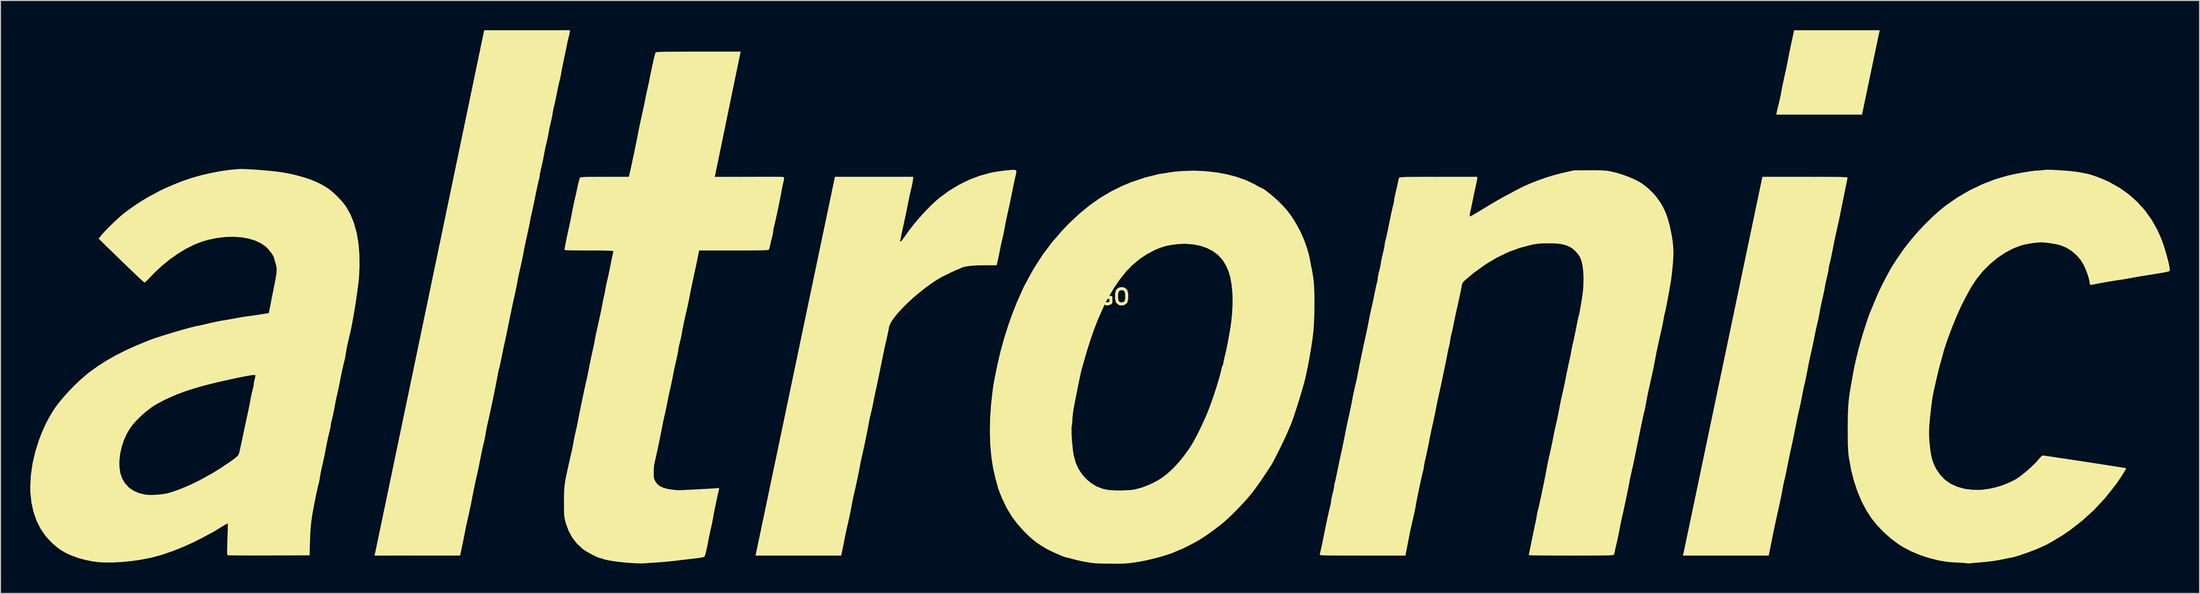
<source format=kicad_pcb>
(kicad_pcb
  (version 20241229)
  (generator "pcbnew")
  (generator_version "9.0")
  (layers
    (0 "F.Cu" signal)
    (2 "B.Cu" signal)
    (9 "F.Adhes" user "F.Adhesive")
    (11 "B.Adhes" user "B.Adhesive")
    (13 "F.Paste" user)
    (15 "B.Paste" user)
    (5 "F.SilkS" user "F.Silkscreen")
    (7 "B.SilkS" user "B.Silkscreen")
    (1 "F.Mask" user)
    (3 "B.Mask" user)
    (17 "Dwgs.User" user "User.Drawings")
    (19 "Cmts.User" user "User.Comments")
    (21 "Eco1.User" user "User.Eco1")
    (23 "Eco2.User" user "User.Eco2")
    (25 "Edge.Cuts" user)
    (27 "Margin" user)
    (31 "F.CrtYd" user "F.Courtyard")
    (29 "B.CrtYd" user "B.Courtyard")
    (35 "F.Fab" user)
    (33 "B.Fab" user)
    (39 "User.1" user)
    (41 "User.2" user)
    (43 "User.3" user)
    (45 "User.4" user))
  (footprint "LOGO"
    (layer "F.Cu")
    (at 107.891 26.929)
    (property "Reference" "LOGO" (at 0 0 0) (layer "F.SilkS") (effects (font (size 1.524 1.524) (thickness 0.3))))
    (attr through_hole)
    (fp_poly (pts (xy 78.591 -26.781) (xy 78.572 -26.695) (xy 78.529 -26.496) (xy 78.466 -26.194) (xy 78.383 -25.801) (xy 78.283 -25.327) (xy 78.169 -24.783) (xy 78.043 -24.181) (xy 77.907 -23.53) (xy 77.764 -22.843) (xy 77.728 -22.669) (xy 77.583 -21.975) (xy 77.445 -21.314) (xy 77.316 -20.699) (xy 77.199 -20.14) (xy 77.096 -19.648) (xy 77.009 -19.233) (xy 76.941 -18.908) (xy 76.893 -18.683) (xy 76.869 -18.568) (xy 76.866 -18.558) (xy 76.833 -18.415) (xy 68.202 -18.415) (xy 68.238 -18.621) (xy 68.276 -18.809) (xy 68.332 -19.044) (xy 68.358 -19.145) (xy 68.463 -19.562) (xy 68.56 -19.98) (xy 68.642 -20.362) (xy 68.699 -20.67) (xy 68.709 -20.733) (xy 68.737 -20.896) (xy 68.788 -21.156) (xy 68.857 -21.489) (xy 68.938 -21.868) (xy 69.023 -22.257) (xy 69.114 -22.667) (xy 69.2 -23.067) (xy 69.276 -23.429) (xy 69.336 -23.723) (xy 69.371 -23.908) (xy 69.443 -24.29) (xy 69.537 -24.763) (xy 69.647 -25.292) (xy 69.766 -25.846) (xy 69.867 -26.305) (xy 70.005 -26.924) (xy 78.627 -26.924) (xy 78.591 -26.781)) (stroke (width 0.01) (type solid)) (fill yes) (layer "F.SilkS"))
    (fp_poly (pts (xy 71.96 -12.128) (xy 72.712 -12.127) (xy 73.352 -12.124) (xy 73.888 -12.121) (xy 74.328 -12.115) (xy 74.679 -12.109) (xy 74.949 -12.101) (xy 75.146 -12.091) (xy 75.278 -12.079) (xy 75.351 -12.064) (xy 75.374 -12.048) (xy 75.374 -12.048) (xy 75.362 -11.965) (xy 75.327 -11.777) (xy 75.273 -11.499) (xy 75.203 -11.151) (xy 75.122 -10.75) (xy 75.052 -10.413) (xy 74.957 -9.951) (xy 74.865 -9.501) (xy 74.78 -9.086) (xy 74.709 -8.731) (xy 74.656 -8.461) (xy 74.635 -8.35) (xy 74.584 -8.096) (xy 74.513 -7.758) (xy 74.43 -7.378) (xy 74.343 -6.996) (xy 74.326 -6.921) (xy 74.239 -6.535) (xy 74.139 -6.07) (xy 74.035 -5.571) (xy 73.937 -5.084) (xy 73.887 -4.823) (xy 73.809 -4.428) (xy 73.732 -4.053) (xy 73.662 -3.726) (xy 73.604 -3.473) (xy 73.566 -3.331) (xy 73.51 -3.112) (xy 73.475 -2.915) (xy 73.47 -2.846) (xy 73.455 -2.714) (xy 73.414 -2.493) (xy 73.355 -2.22) (xy 73.307 -2.02) (xy 73.23 -1.698) (xy 73.16 -1.374) (xy 73.106 -1.097) (xy 73.087 -0.984) (xy 73.05 -0.773) (xy 72.99 -0.477) (xy 72.917 -0.136) (xy 72.837 0.213) (xy 72.835 0.222) (xy 72.751 0.592) (xy 72.669 0.978) (xy 72.599 1.331) (xy 72.554 1.59) (xy 72.493 1.928) (xy 72.416 2.3) (xy 72.34 2.628) (xy 72.337 2.638) (xy 72.275 2.897) (xy 72.2 3.238) (xy 72.12 3.619) (xy 72.045 3.998) (xy 72.039 4.032) (xy 71.962 4.421) (xy 71.877 4.83) (xy 71.794 5.21) (xy 71.722 5.515) (xy 71.72 5.524) (xy 71.658 5.789) (xy 71.581 6.144) (xy 71.496 6.555) (xy 71.41 6.989) (xy 71.345 7.327) (xy 71.267 7.733) (xy 71.188 8.124) (xy 71.116 8.472) (xy 71.055 8.749) (xy 71.015 8.914) (xy 70.949 9.186) (xy 70.881 9.509) (xy 70.832 9.779) (xy 70.791 10.008) (xy 70.727 10.327) (xy 70.65 10.701) (xy 70.565 11.096) (xy 70.518 11.303) (xy 70.438 11.662) (xy 70.365 11.988) (xy 70.306 12.256) (xy 70.266 12.442) (xy 70.252 12.509) (xy 70.103 13.271) (xy 69.974 13.918) (xy 69.862 14.46) (xy 69.766 14.909) (xy 69.692 15.24) (xy 69.623 15.549) (xy 69.54 15.94) (xy 69.452 16.368) (xy 69.367 16.791) (xy 69.342 16.923) (xy 69.265 17.312) (xy 69.185 17.699) (xy 69.109 18.049) (xy 69.047 18.326) (xy 69.025 18.415) (xy 68.963 18.683) (xy 68.891 19.026) (xy 68.82 19.391) (xy 68.778 19.622) (xy 68.715 19.965) (xy 68.631 20.382) (xy 68.538 20.825) (xy 68.446 21.244) (xy 68.432 21.304) (xy 68.324 21.779) (xy 68.2 22.345) (xy 68.066 22.971) (xy 67.929 23.623) (xy 67.796 24.27) (xy 67.673 24.878) (xy 67.651 24.987) (xy 67.595 25.274) (xy 67.536 25.567) (xy 67.496 25.765) (xy 67.428 26.099) (xy 58.787 26.099) (xy 58.823 25.956) (xy 58.839 25.883) (xy 58.88 25.69) (xy 58.944 25.383) (xy 59.032 24.966) (xy 59.142 24.444) (xy 59.272 23.822) (xy 59.423 23.104) (xy 59.592 22.296) (xy 59.779 21.403) (xy 59.984 20.428) (xy 60.204 19.378) (xy 60.439 18.256) (xy 60.687 17.068) (xy 60.949 15.819) (xy 61.223 14.512) (xy 61.507 13.154) (xy 61.801 11.749) (xy 62.104 10.302) (xy 62.415 8.817) (xy 62.732 7.3) (xy 62.798 6.985) (xy 63.117 5.462) (xy 63.429 3.97) (xy 63.733 2.514) (xy 64.029 1.1) (xy 64.316 -0.268) (xy 64.591 -1.585) (xy 64.855 -2.847) (xy 65.107 -4.048) (xy 65.345 -5.183) (xy 65.568 -6.249) (xy 65.775 -7.239) (xy 65.966 -8.15) (xy 66.139 -8.976) (xy 66.293 -9.712) (xy 66.428 -10.354) (xy 66.542 -10.897) (xy 66.634 -11.336) (xy 66.703 -11.666) (xy 66.749 -11.883) (xy 66.77 -11.981) (xy 66.771 -11.986) (xy 66.804 -12.129) (xy 71.089 -12.129) (xy 71.96 -12.128)) (stroke (width 0.01) (type solid)) (fill yes) (layer "F.SilkS"))
    (fp_poly (pts (xy -8.574 -12.818) (xy -8.479 -12.776) (xy -8.443 -12.68) (xy -8.46 -12.509) (xy -8.522 -12.242) (xy -8.535 -12.189) (xy -8.579 -12.005) (xy -8.642 -11.719) (xy -8.719 -11.357) (xy -8.805 -10.941) (xy -8.895 -10.496) (xy -8.984 -10.047) (xy -9.036 -9.779) (xy -9.06 -9.665) (xy -9.106 -9.452) (xy -9.17 -9.164) (xy -9.245 -8.826) (xy -9.302 -8.572) (xy -9.389 -8.177) (xy -9.472 -7.782) (xy -9.545 -7.42) (xy -9.6 -7.128) (xy -9.619 -7.017) (xy -9.679 -6.686) (xy -9.756 -6.315) (xy -9.83 -6.001) (xy -9.9 -5.712) (xy -9.979 -5.354) (xy -10.056 -4.984) (xy -10.093 -4.794) (xy -10.16 -4.453) (xy -10.231 -4.102) (xy -10.297 -3.794) (xy -10.329 -3.651) (xy -10.432 -3.207) (xy -11.677 -3.207) (xy -12.394 -3.194) (xy -13.001 -3.155) (xy -13.495 -3.091) (xy -13.871 -3.002) (xy -14.12 -2.892) (xy -14.294 -2.805) (xy -14.415 -2.76) (xy -14.531 -2.715) (xy -14.733 -2.625) (xy -14.993 -2.504) (xy -15.283 -2.366) (xy -15.575 -2.223) (xy -15.842 -2.089) (xy -16.034 -1.989) (xy -16.515 -1.705) (xy -17.056 -1.343) (xy -17.631 -0.921) (xy -18.218 -0.459) (xy -18.792 0.026) (xy -19.329 0.516) (xy -19.44 0.623) (xy -20.016 1.203) (xy -20.484 1.721) (xy -20.846 2.179) (xy -21.104 2.58) (xy -21.258 2.926) (xy -21.305 3.124) (xy -21.344 3.362) (xy -21.402 3.657) (xy -21.464 3.937) (xy -21.556 4.33) (xy -21.649 4.742) (xy -21.747 5.191) (xy -21.854 5.699) (xy -21.975 6.285) (xy -22.114 6.97) (xy -22.162 7.207) (xy -22.257 7.675) (xy -22.351 8.135) (xy -22.439 8.56) (xy -22.516 8.926) (xy -22.577 9.209) (xy -22.606 9.335) (xy -22.673 9.639) (xy -22.75 10.01) (xy -22.826 10.388) (xy -22.862 10.573) (xy -22.931 10.92) (xy -23.008 11.281) (xy -23.082 11.602) (xy -23.119 11.748) (xy -23.196 12.064) (xy -23.273 12.425) (xy -23.33 12.732) (xy -23.392 13.079) (xy -23.477 13.52) (xy -23.578 14.026) (xy -23.69 14.567) (xy -23.806 15.112) (xy -23.919 15.633) (xy -24.003 16.002) (xy -24.075 16.325) (xy -24.139 16.623) (xy -24.188 16.864) (xy -24.215 17.015) (xy -24.215 17.018) (xy -24.24 17.164) (xy -24.287 17.41) (xy -24.351 17.729) (xy -24.427 18.098) (xy -24.51 18.49) (xy -24.593 18.882) (xy -24.673 19.248) (xy -24.743 19.563) (xy -24.799 19.803) (xy -24.833 19.939) (xy -24.869 20.084) (xy -24.919 20.324) (xy -24.979 20.626) (xy -25.04 20.959) (xy -25.051 21.018) (xy -25.13 21.438) (xy -25.225 21.912) (xy -25.324 22.376) (xy -25.398 22.701) (xy -25.481 23.062) (xy -25.563 23.43) (xy -25.635 23.76) (xy -25.686 24.003) (xy -25.791 24.534) (xy -25.912 25.136) (xy -26.037 25.752) (xy -26.04 25.765) (xy -26.108 26.099) (xy -34.748 26.099) (xy -34.712 25.955) (xy -34.697 25.882) (xy -34.656 25.69) (xy -34.591 25.382) (xy -34.503 24.965) (xy -34.394 24.443) (xy -34.263 23.821) (xy -34.113 23.104) (xy -33.943 22.296) (xy -33.756 21.402) (xy -33.552 20.428) (xy -33.332 19.377) (xy -33.097 18.255) (xy -32.848 17.067) (xy -32.586 15.818) (xy -32.313 14.511) (xy -32.028 13.153) (xy -31.734 11.748) (xy -31.431 10.301) (xy -31.121 8.816) (xy -30.803 7.299) (xy -30.737 6.985) (xy -30.419 5.461) (xy -30.107 3.969) (xy -29.802 2.514) (xy -29.506 1.1) (xy -29.22 -0.268) (xy -28.944 -1.586) (xy -28.68 -2.847) (xy -28.429 -4.048) (xy -28.191 -5.184) (xy -27.968 -6.249) (xy -27.76 -7.24) (xy -27.569 -8.15) (xy -27.396 -8.976) (xy -27.242 -9.713) (xy -27.108 -10.355) (xy -26.994 -10.897) (xy -26.902 -11.336) (xy -26.832 -11.666) (xy -26.787 -11.883) (xy -26.766 -11.981) (xy -26.765 -11.986) (xy -26.731 -12.129) (xy -22.787 -12.129) (xy -18.842 -12.129) (xy -18.884 -11.763) (xy -18.925 -11.503) (xy -18.987 -11.195) (xy -19.045 -10.954) (xy -19.094 -10.754) (xy -19.161 -10.457) (xy -19.24 -10.089) (xy -19.327 -9.677) (xy -19.414 -9.249) (xy -19.428 -9.176) (xy -19.521 -8.715) (xy -19.619 -8.237) (xy -19.716 -7.776) (xy -19.804 -7.369) (xy -19.875 -7.05) (xy -19.875 -7.048) (xy -19.948 -6.723) (xy -20.014 -6.419) (xy -20.066 -6.172) (xy -20.096 -6.014) (xy -20.097 -6.012) (xy -20.132 -5.83) (xy -20.167 -5.694) (xy -20.172 -5.679) (xy -20.16 -5.601) (xy -20.12 -5.59) (xy -20.05 -5.641) (xy -19.932 -5.776) (xy -19.784 -5.972) (xy -19.685 -6.114) (xy -19.253 -6.723) (xy -18.754 -7.362) (xy -18.211 -8.005) (xy -17.647 -8.627) (xy -17.083 -9.204) (xy -16.542 -9.711) (xy -16.192 -10.009) (xy -15.245 -10.706) (xy -14.24 -11.315) (xy -13.198 -11.828) (xy -12.137 -12.235) (xy -11.075 -12.527) (xy -10.89 -12.566) (xy -10.46 -12.644) (xy -9.996 -12.713) (xy -9.538 -12.77) (xy -9.123 -12.809) (xy -8.786 -12.827) (xy -8.734 -12.827) (xy -8.574 -12.818)) (stroke (width 0.01) (type solid)) (fill yes) (layer "F.SilkS"))
    (fp_poly (pts (xy -53.501 -26.654) (xy -53.547 -26.422) (xy -53.61 -26.159) (xy -53.634 -26.067) (xy -53.7 -25.806) (xy -53.763 -25.515) (xy -53.785 -25.4) (xy -53.82 -25.218) (xy -53.876 -24.941) (xy -53.946 -24.601) (xy -54.025 -24.228) (xy -54.073 -24.003) (xy -54.154 -23.618) (xy -54.231 -23.243) (xy -54.296 -22.91) (xy -54.344 -22.65) (xy -54.36 -22.548) (xy -54.41 -22.267) (xy -54.473 -21.978) (xy -54.515 -21.818) (xy -54.56 -21.641) (xy -54.622 -21.37) (xy -54.693 -21.037) (xy -54.767 -20.673) (xy -54.799 -20.512) (xy -54.872 -20.145) (xy -54.945 -19.796) (xy -55.011 -19.495) (xy -55.063 -19.274) (xy -55.08 -19.21) (xy -55.143 -18.947) (xy -55.198 -18.655) (xy -55.214 -18.542) (xy -55.249 -18.324) (xy -55.307 -18.031) (xy -55.377 -17.712) (xy -55.414 -17.558) (xy -55.489 -17.238) (xy -55.558 -16.916) (xy -55.611 -16.641) (xy -55.627 -16.542) (xy -55.667 -16.313) (xy -55.73 -16.009) (xy -55.804 -15.678) (xy -55.848 -15.494) (xy -55.929 -15.143) (xy -56.01 -14.765) (xy -56.076 -14.42) (xy -56.099 -14.287) (xy -56.155 -13.978) (xy -56.231 -13.608) (xy -56.314 -13.237) (xy -56.35 -13.087) (xy -56.419 -12.797) (xy -56.474 -12.537) (xy -56.508 -12.342) (xy -56.516 -12.262) (xy -56.535 -12.102) (xy -56.582 -11.889) (xy -56.61 -11.789) (xy -56.65 -11.633) (xy -56.71 -11.377) (xy -56.782 -11.044) (xy -56.863 -10.66) (xy -56.946 -10.249) (xy -56.961 -10.17) (xy -57.045 -9.75) (xy -57.128 -9.347) (xy -57.204 -8.986) (xy -57.268 -8.695) (xy -57.314 -8.498) (xy -57.319 -8.477) (xy -57.382 -8.21) (xy -57.449 -7.891) (xy -57.499 -7.62) (xy -57.542 -7.391) (xy -57.606 -7.072) (xy -57.685 -6.698) (xy -57.771 -6.303) (xy -57.817 -6.096) (xy -57.908 -5.683) (xy -57.999 -5.252) (xy -58.082 -4.843) (xy -58.148 -4.5) (xy -58.17 -4.381) (xy -58.233 -4.044) (xy -58.317 -3.637) (xy -58.409 -3.218) (xy -58.485 -2.889) (xy -58.569 -2.524) (xy -58.65 -2.148) (xy -58.719 -1.807) (xy -58.764 -1.556) (xy -58.808 -1.311) (xy -58.873 -0.98) (xy -58.953 -0.598) (xy -59.039 -0.202) (xy -59.077 -0.032) (xy -59.158 0.334) (xy -59.257 0.789) (xy -59.365 1.301) (xy -59.477 1.836) (xy -59.584 2.358) (xy -59.627 2.572) (xy -59.722 3.04) (xy -59.816 3.499) (xy -59.904 3.924) (xy -59.981 4.291) (xy -60.042 4.574) (xy -60.071 4.699) (xy -60.129 4.962) (xy -60.203 5.309) (xy -60.284 5.701) (xy -60.365 6.099) (xy -60.388 6.215) (xy -60.456 6.553) (xy -60.519 6.849) (xy -60.571 7.079) (xy -60.608 7.221) (xy -60.619 7.252) (xy -60.645 7.338) (xy -60.686 7.519) (xy -60.735 7.766) (xy -60.769 7.959) (xy -60.837 8.328) (xy -60.927 8.795) (xy -61.035 9.336) (xy -61.155 9.927) (xy -61.282 10.541) (xy -61.412 11.154) (xy -61.539 11.741) (xy -61.657 12.277) (xy -61.762 12.737) (xy -61.79 12.859) (xy -61.86 13.179) (xy -61.926 13.527) (xy -61.974 13.824) (xy -62.027 14.136) (xy -62.1 14.486) (xy -62.163 14.745) (xy -62.217 14.962) (xy -62.287 15.273) (xy -62.366 15.646) (xy -62.449 16.051) (xy -62.512 16.369) (xy -62.59 16.766) (xy -62.666 17.148) (xy -62.737 17.485) (xy -62.794 17.749) (xy -62.828 17.893) (xy -62.879 18.105) (xy -62.947 18.414) (xy -63.028 18.791) (xy -63.116 19.208) (xy -63.203 19.637) (xy -63.286 20.049) (xy -63.357 20.415) (xy -63.404 20.669) (xy -63.446 20.887) (xy -63.51 21.195) (xy -63.588 21.56) (xy -63.673 21.949) (xy -63.721 22.162) (xy -63.802 22.521) (xy -63.875 22.847) (xy -63.934 23.115) (xy -63.974 23.3) (xy -63.988 23.368) (xy -64.039 23.636) (xy -64.107 23.985) (xy -64.185 24.379) (xy -64.267 24.781) (xy -64.343 25.155) (xy -64.408 25.464) (xy -64.439 25.606) (xy -64.548 26.098) (xy -68.857 26.098) (xy -73.166 26.099) (xy -73.13 25.956) (xy -73.115 25.885) (xy -73.075 25.695) (xy -73.011 25.39) (xy -72.925 24.977) (xy -72.817 24.46) (xy -72.688 23.843) (xy -72.54 23.134) (xy -72.373 22.335) (xy -72.189 21.453) (xy -71.988 20.492) (xy -71.772 19.458) (xy -71.542 18.355) (xy -71.299 17.189) (xy -71.044 15.966) (xy -70.777 14.689) (xy -70.501 13.364) (xy -70.216 11.996) (xy -69.923 10.591) (xy -69.623 9.152) (xy -69.317 7.687) (xy -69.007 6.198) (xy -68.693 4.693) (xy -68.377 3.175) (xy -68.059 1.65) (xy -67.74 0.122) (xy -67.423 -1.402) (xy -67.107 -2.919) (xy -66.793 -4.422) (xy -66.484 -5.907) (xy -66.179 -7.368) (xy -65.881 -8.802) (xy -65.589 -10.201) (xy -65.306 -11.562) (xy -65.031 -12.88) (xy -64.767 -14.148) (xy -64.514 -15.363) (xy -64.273 -16.519) (xy -64.046 -17.611) (xy -63.833 -18.633) (xy -63.636 -19.581) (xy -63.455 -20.45) (xy -63.292 -21.235) (xy -63.147 -21.93) (xy -63.053 -22.384) (xy -62.903 -23.103) (xy -62.761 -23.789) (xy -62.627 -24.429) (xy -62.505 -25.015) (xy -62.397 -25.535) (xy -62.304 -25.978) (xy -62.229 -26.335) (xy -62.174 -26.595) (xy -62.142 -26.747) (xy -62.135 -26.781) (xy -62.101 -26.924) (xy -53.456 -26.924) (xy -53.501 -26.654)) (stroke (width 0.01) (type solid)) (fill yes) (layer "F.SilkS"))
    (fp_poly (pts (xy 95.937 -12.831) (xy 96.329 -12.814) (xy 96.758 -12.79) (xy 97.201 -12.759) (xy 97.635 -12.724) (xy 98.038 -12.686) (xy 98.387 -12.645) (xy 98.659 -12.605) (xy 98.69 -12.599) (xy 98.979 -12.545) (xy 99.259 -12.492) (xy 99.477 -12.451) (xy 99.504 -12.446) (xy 99.807 -12.372) (xy 100.19 -12.251) (xy 100.622 -12.097) (xy 101.069 -11.92) (xy 101.5 -11.733) (xy 101.79 -11.595) (xy 102.823 -11.014) (xy 103.765 -10.341) (xy 104.617 -9.58) (xy 105.378 -8.732) (xy 106.047 -7.796) (xy 106.622 -6.775) (xy 107.023 -5.874) (xy 107.154 -5.523) (xy 107.289 -5.123) (xy 107.422 -4.695) (xy 107.549 -4.26) (xy 107.663 -3.839) (xy 107.758 -3.452) (xy 107.83 -3.121) (xy 107.872 -2.866) (xy 107.879 -2.707) (xy 107.877 -2.696) (xy 107.869 -2.663) (xy 107.852 -2.635) (xy 107.814 -2.608) (xy 107.744 -2.58) (xy 107.632 -2.55) (xy 107.466 -2.514) (xy 107.235 -2.471) (xy 106.929 -2.418) (xy 106.535 -2.353) (xy 106.043 -2.273) (xy 105.442 -2.177) (xy 105.124 -2.127) (xy 104.804 -2.073) (xy 104.421 -2.006) (xy 104.035 -1.936) (xy 103.854 -1.902) (xy 103.513 -1.84) (xy 103.162 -1.781) (xy 102.854 -1.734) (xy 102.709 -1.714) (xy 102.518 -1.687) (xy 102.231 -1.641) (xy 101.876 -1.581) (xy 101.483 -1.513) (xy 101.08 -1.441) (xy 100.695 -1.371) (xy 100.358 -1.307) (xy 100.097 -1.255) (xy 99.972 -1.228) (xy 99.89 -1.223) (xy 99.841 -1.273) (xy 99.808 -1.407) (xy 99.789 -1.53) (xy 99.698 -1.957) (xy 99.535 -2.459) (xy 99.306 -3.015) (xy 99.218 -3.207) (xy 98.906 -3.729) (xy 98.493 -4.212) (xy 98.002 -4.635) (xy 97.459 -4.977) (xy 96.887 -5.218) (xy 96.832 -5.234) (xy 96.547 -5.305) (xy 96.184 -5.376) (xy 95.787 -5.439) (xy 95.399 -5.489) (xy 95.063 -5.519) (xy 94.901 -5.524) (xy 94.588 -5.508) (xy 94.198 -5.465) (xy 93.773 -5.401) (xy 93.358 -5.323) (xy 92.996 -5.239) (xy 92.867 -5.202) (xy 92.057 -4.89) (xy 91.256 -4.465) (xy 90.478 -3.937) (xy 89.737 -3.32) (xy 89.048 -2.627) (xy 88.425 -1.869) (xy 87.883 -1.059) (xy 87.637 -0.621) (xy 87.502 -0.366) (xy 87.334 -0.046) (xy 87.156 0.292) (xy 87.041 0.508) (xy 86.817 0.957) (xy 86.568 1.502) (xy 86.305 2.114) (xy 86.037 2.768) (xy 85.777 3.436) (xy 85.533 4.092) (xy 85.318 4.708) (xy 85.141 5.258) (xy 85.054 5.556) (xy 84.958 5.905) (xy 84.85 6.299) (xy 84.749 6.658) (xy 84.738 6.699) (xy 84.653 7.009) (xy 84.57 7.326) (xy 84.504 7.593) (xy 84.49 7.652) (xy 84.445 7.85) (xy 84.378 8.139) (xy 84.298 8.486) (xy 84.213 8.858) (xy 84.176 9.017) (xy 84.091 9.403) (xy 84.011 9.792) (xy 83.945 10.148) (xy 83.899 10.431) (xy 83.889 10.509) (xy 83.85 10.836) (xy 83.806 11.21) (xy 83.766 11.55) (xy 83.765 11.557) (xy 83.692 12.204) (xy 83.641 12.751) (xy 83.609 13.226) (xy 83.597 13.654) (xy 83.603 14.061) (xy 83.627 14.474) (xy 83.658 14.827) (xy 83.726 15.429) (xy 83.804 15.928) (xy 83.901 16.353) (xy 84.022 16.727) (xy 84.174 17.077) (xy 84.33 17.372) (xy 84.734 17.962) (xy 85.212 18.453) (xy 85.77 18.846) (xy 86.41 19.145) (xy 87.136 19.351) (xy 87.281 19.379) (xy 88.063 19.474) (xy 88.85 19.469) (xy 89.666 19.362) (xy 90.225 19.238) (xy 90.579 19.143) (xy 90.9 19.043) (xy 91.221 18.925) (xy 91.575 18.777) (xy 91.996 18.586) (xy 92.17 18.504) (xy 92.423 18.359) (xy 92.739 18.14) (xy 93.096 17.864) (xy 93.472 17.552) (xy 93.844 17.223) (xy 94.191 16.894) (xy 94.489 16.587) (xy 94.717 16.319) (xy 94.722 16.312) (xy 94.894 16.117) (xy 95.037 16.015) (xy 95.088 16.003) (xy 95.173 16.013) (xy 95.369 16.039) (xy 95.664 16.082) (xy 96.043 16.137) (xy 96.496 16.205) (xy 97.009 16.281) (xy 97.57 16.366) (xy 98.166 16.456) (xy 98.785 16.55) (xy 99.414 16.646) (xy 100.04 16.742) (xy 100.651 16.836) (xy 101.233 16.926) (xy 101.776 17.011) (xy 102.265 17.087) (xy 102.689 17.154) (xy 103.034 17.209) (xy 103.288 17.251) (xy 103.439 17.277) (xy 103.476 17.286) (xy 103.456 17.349) (xy 103.375 17.496) (xy 103.246 17.71) (xy 103.082 17.97) (xy 102.893 18.258) (xy 102.693 18.554) (xy 102.494 18.84) (xy 102.342 19.05) (xy 101.33 20.318) (xy 100.24 21.486) (xy 99.07 22.555) (xy 97.819 23.528) (xy 97.25 23.921) (xy 97.031 24.063) (xy 96.762 24.23) (xy 96.465 24.41) (xy 96.162 24.59) (xy 95.871 24.759) (xy 95.616 24.904) (xy 95.415 25.013) (xy 95.292 25.074) (xy 95.265 25.082) (xy 95.196 25.108) (xy 95.042 25.177) (xy 94.833 25.275) (xy 94.76 25.309) (xy 94.514 25.418) (xy 94.189 25.549) (xy 93.812 25.691) (xy 93.408 25.837) (xy 93.004 25.976) (xy 92.625 26.101) (xy 92.297 26.202) (xy 92.047 26.269) (xy 91.948 26.29) (xy 91.771 26.321) (xy 91.507 26.373) (xy 91.194 26.437) (xy 90.9 26.498) (xy 90.545 26.568) (xy 90.17 26.629) (xy 89.753 26.684) (xy 89.271 26.736) (xy 88.7 26.788) (xy 88.265 26.823) (xy 88.044 26.843) (xy 87.86 26.867) (xy 87.789 26.879) (xy 87.656 26.887) (xy 87.452 26.876) (xy 87.312 26.859) (xy 87.075 26.834) (xy 86.772 26.814) (xy 86.462 26.803) (xy 86.424 26.802) (xy 85.518 26.74) (xy 84.57 26.585) (xy 83.609 26.344) (xy 82.663 26.029) (xy 81.761 25.647) (xy 80.932 25.208) (xy 80.459 24.906) (xy 79.71 24.337) (xy 78.99 23.69) (xy 78.333 22.998) (xy 77.813 22.352) (xy 77.282 21.537) (xy 76.803 20.62) (xy 76.382 19.616) (xy 76.026 18.543) (xy 75.74 17.416) (xy 75.53 16.252) (xy 75.525 16.221) (xy 75.49 15.945) (xy 75.462 15.659) (xy 75.441 15.346) (xy 75.425 14.986) (xy 75.415 14.559) (xy 75.41 14.046) (xy 75.407 13.427) (xy 75.407 13.367) (xy 75.41 12.606) (xy 75.421 11.95) (xy 75.44 11.376) (xy 75.471 10.861) (xy 75.513 10.383) (xy 75.569 9.92) (xy 75.641 9.449) (xy 75.693 9.144) (xy 75.756 8.789) (xy 75.83 8.372) (xy 75.903 7.954) (xy 75.945 7.715) (xy 76.082 7.006) (xy 76.259 6.213) (xy 76.468 5.37) (xy 76.699 4.511) (xy 76.946 3.67) (xy 77.101 3.175) (xy 77.233 2.769) (xy 77.357 2.393) (xy 77.467 2.069) (xy 77.556 1.816) (xy 77.616 1.655) (xy 77.631 1.619) (xy 77.69 1.486) (xy 77.783 1.266) (xy 77.897 0.99) (xy 78.015 0.699) (xy 78.3 0.014) (xy 78.592 -0.638) (xy 78.907 -1.29) (xy 79.26 -1.974) (xy 79.667 -2.72) (xy 79.806 -2.969) (xy 79.922 -3.161) (xy 80.094 -3.429) (xy 80.305 -3.749) (xy 80.537 -4.093) (xy 80.774 -4.436) (xy 80.997 -4.753) (xy 81.188 -5.016) (xy 81.21 -5.045) (xy 81.818 -5.814) (xy 82.486 -6.586) (xy 83.191 -7.337) (xy 83.91 -8.044) (xy 84.62 -8.684) (xy 85.299 -9.234) (xy 85.312 -9.244) (xy 86.472 -10.049) (xy 87.691 -10.76) (xy 88.953 -11.368) (xy 90.243 -11.868) (xy 91.547 -12.252) (xy 92.392 -12.436) (xy 93 -12.548) (xy 93.499 -12.634) (xy 93.904 -12.696) (xy 94.23 -12.737) (xy 94.493 -12.759) (xy 94.664 -12.765) (xy 94.908 -12.778) (xy 95.146 -12.81) (xy 95.201 -12.822) (xy 95.35 -12.836) (xy 95.603 -12.839) (xy 95.937 -12.831)) (stroke (width 0.01) (type solid)) (fill yes) (layer "F.SilkS"))
    (fp_poly (pts (xy 10.602 -12.699) (xy 11.709 -12.577) (xy 12.771 -12.384) (xy 13.774 -12.121) (xy 14.7 -11.792) (xy 15.534 -11.4) (xy 15.761 -11.272) (xy 15.986 -11.144) (xy 16.171 -11.046) (xy 16.289 -10.992) (xy 16.311 -10.986) (xy 16.405 -10.946) (xy 16.574 -10.836) (xy 16.799 -10.671) (xy 17.061 -10.467) (xy 17.34 -10.239) (xy 17.617 -10.002) (xy 17.874 -9.771) (xy 17.992 -9.658) (xy 18.427 -9.22) (xy 18.802 -8.8) (xy 19.139 -8.371) (xy 19.458 -7.907) (xy 19.779 -7.379) (xy 20.121 -6.76) (xy 20.136 -6.731) (xy 20.326 -6.34) (xy 20.522 -5.877) (xy 20.711 -5.377) (xy 20.882 -4.873) (xy 21.022 -4.399) (xy 21.121 -3.99) (xy 21.146 -3.849) (xy 21.196 -3.561) (xy 21.262 -3.221) (xy 21.33 -2.903) (xy 21.332 -2.896) (xy 21.388 -2.613) (xy 21.448 -2.256) (xy 21.504 -1.876) (xy 21.536 -1.619) (xy 21.571 -1.205) (xy 21.596 -0.69) (xy 21.611 -0.1) (xy 21.616 0.537) (xy 21.612 1.197) (xy 21.598 1.854) (xy 21.575 2.48) (xy 21.542 3.051) (xy 21.506 3.493) (xy 21.438 4.078) (xy 21.342 4.754) (xy 21.225 5.489) (xy 21.092 6.25) (xy 20.948 7.005) (xy 20.8 7.721) (xy 20.665 8.319) (xy 20.587 8.623) (xy 20.48 9.008) (xy 20.351 9.453) (xy 20.206 9.939) (xy 20.051 10.446) (xy 19.892 10.953) (xy 19.735 11.443) (xy 19.587 11.894) (xy 19.454 12.287) (xy 19.342 12.603) (xy 19.257 12.821) (xy 19.24 12.859) (xy 19.166 13.026) (xy 19.06 13.272) (xy 18.938 13.558) (xy 18.858 13.748) (xy 18.755 13.983) (xy 18.612 14.291) (xy 18.441 14.653) (xy 18.25 15.046) (xy 18.051 15.451) (xy 17.853 15.848) (xy 17.667 16.215) (xy 17.502 16.533) (xy 17.37 16.78) (xy 17.279 16.937) (xy 17.268 16.954) (xy 17.2 17.057) (xy 17.075 17.245) (xy 16.907 17.5) (xy 16.708 17.802) (xy 16.493 18.129) (xy 16.234 18.513) (xy 15.95 18.92) (xy 15.665 19.315) (xy 15.406 19.661) (xy 15.263 19.844) (xy 14.936 20.235) (xy 14.546 20.673) (xy 14.117 21.134) (xy 13.675 21.592) (xy 13.242 22.023) (xy 12.843 22.401) (xy 12.542 22.669) (xy 12.053 23.068) (xy 11.527 23.472) (xy 10.99 23.862) (xy 10.467 24.22) (xy 9.985 24.526) (xy 9.595 24.75) (xy 9.304 24.903) (xy 9.006 25.057) (xy 8.722 25.201) (xy 8.475 25.324) (xy 8.288 25.414) (xy 8.182 25.46) (xy 8.168 25.463) (xy 8.095 25.488) (xy 7.94 25.554) (xy 7.736 25.646) (xy 7.731 25.648) (xy 7.319 25.82) (xy 6.808 25.999) (xy 6.228 26.179) (xy 5.606 26.351) (xy 4.971 26.507) (xy 4.35 26.64) (xy 3.842 26.731) (xy 3.414 26.797) (xy 3.06 26.846) (xy 2.747 26.88) (xy 2.44 26.901) (xy 2.106 26.912) (xy 1.709 26.914) (xy 1.27 26.912) (xy 0.847 26.908) (xy 0.449 26.903) (xy 0.1 26.896) (xy -0.175 26.889) (xy -0.353 26.882) (xy -0.381 26.88) (xy -0.841 26.831) (xy -1.37 26.75) (xy -1.913 26.648) (xy -2.421 26.533) (xy -2.643 26.475) (xy -2.919 26.399) (xy -3.151 26.338) (xy -3.312 26.299) (xy -3.369 26.289) (xy -3.489 26.262) (xy -3.698 26.189) (xy -3.973 26.079) (xy -4.289 25.943) (xy -4.624 25.793) (xy -4.952 25.638) (xy -5.25 25.489) (xy -5.495 25.356) (xy -5.53 25.335) (xy -5.971 25.066) (xy -6.342 24.819) (xy -6.677 24.567) (xy -7.007 24.285) (xy -7.366 23.947) (xy -7.624 23.692) (xy -8.306 22.942) (xy -8.9 22.147) (xy -9.419 21.283) (xy -9.876 20.33) (xy -10.053 19.901) (xy -10.157 19.629) (xy -10.246 19.382) (xy -10.307 19.197) (xy -10.323 19.139) (xy -10.358 19.001) (xy -10.417 18.776) (xy -10.492 18.5) (xy -10.545 18.308) (xy -10.786 17.263) (xy -10.961 16.122) (xy -11.069 14.898) (xy -11.11 13.604) (xy -11.107 13.444) (xy -2.885 13.444) (xy -2.876 13.8) (xy -2.856 14.207) (xy -2.825 14.64) (xy -2.784 15.073) (xy -2.737 15.483) (xy -2.684 15.844) (xy -2.663 15.964) (xy -2.474 16.685) (xy -2.192 17.328) (xy -1.807 17.91) (xy -1.43 18.334) (xy -0.916 18.781) (xy -0.373 19.115) (xy 0.223 19.347) (xy 0.699 19.458) (xy 1.02 19.498) (xy 1.43 19.522) (xy 1.893 19.531) (xy 2.372 19.524) (xy 2.83 19.504) (xy 3.229 19.469) (xy 3.498 19.428) (xy 4.263 19.223) (xy 5.041 18.919) (xy 5.792 18.535) (xy 6.223 18.266) (xy 6.784 17.839) (xy 7.361 17.306) (xy 7.937 16.688) (xy 8.494 16.001) (xy 9.018 15.264) (xy 9.238 14.92) (xy 9.457 14.545) (xy 9.708 14.078) (xy 9.976 13.55) (xy 10.248 12.987) (xy 10.51 12.417) (xy 10.75 11.87) (xy 10.953 11.372) (xy 10.967 11.335) (xy 11.157 10.826) (xy 11.352 10.275) (xy 11.545 9.706) (xy 11.728 9.14) (xy 11.894 8.601) (xy 12.037 8.11) (xy 12.149 7.691) (xy 12.222 7.365) (xy 12.227 7.34) (xy 12.281 7.13) (xy 12.351 6.945) (xy 12.359 6.927) (xy 12.424 6.76) (xy 12.446 6.633) (xy 12.461 6.517) (xy 12.502 6.313) (xy 12.562 6.054) (xy 12.6 5.903) (xy 12.684 5.559) (xy 12.77 5.169) (xy 12.861 4.715) (xy 12.961 4.179) (xy 13.074 3.544) (xy 13.138 3.175) (xy 13.242 2.456) (xy 13.316 1.689) (xy 13.36 0.918) (xy 13.371 0.182) (xy 13.345 -0.477) (xy 13.343 -0.513) (xy 13.26 -1.296) (xy 13.136 -1.976) (xy 12.965 -2.572) (xy 12.742 -3.102) (xy 12.459 -3.586) (xy 12.311 -3.794) (xy 11.887 -4.255) (xy 11.368 -4.642) (xy 10.766 -4.951) (xy 10.09 -5.178) (xy 9.354 -5.321) (xy 8.568 -5.374) (xy 7.825 -5.342) (xy 7.176 -5.262) (xy 6.607 -5.145) (xy 6.074 -4.979) (xy 5.533 -4.754) (xy 5.502 -4.74) (xy 4.713 -4.323) (xy 3.979 -3.831) (xy 3.291 -3.256) (xy 2.64 -2.588) (xy 2.019 -1.821) (xy 1.419 -0.944) (xy 0.832 0.051) (xy 0.804 0.103) (xy 0.65 0.385) (xy 0.522 0.626) (xy 0.429 0.806) (xy 0.384 0.902) (xy 0.381 0.911) (xy 0.356 0.982) (xy 0.288 1.14) (xy 0.189 1.356) (xy 0.133 1.475) (xy -0.229 2.298) (xy -0.593 3.23) (xy -0.953 4.257) (xy -1.302 5.359) (xy -1.527 6.128) (xy -1.625 6.476) (xy -1.72 6.81) (xy -1.802 7.095) (xy -1.861 7.299) (xy -1.871 7.334) (xy -1.909 7.484) (xy -1.966 7.739) (xy -2.038 8.079) (xy -2.123 8.483) (xy -2.214 8.933) (xy -2.309 9.407) (xy -2.404 9.886) (xy -2.494 10.35) (xy -2.576 10.78) (xy -2.645 11.154) (xy -2.698 11.453) (xy -2.723 11.606) (xy -2.76 11.894) (xy -2.786 12.188) (xy -2.796 12.4) (xy -2.809 12.653) (xy -2.842 12.902) (xy -2.859 12.986) (xy -2.88 13.165) (xy -2.885 13.444) (xy -11.107 13.444) (xy -11.083 12.252) (xy -10.989 10.856) (xy -10.859 9.679) (xy -10.819 9.376) (xy -10.784 9.115) (xy -10.748 8.875) (xy -10.707 8.634) (xy -10.66 8.371) (xy -10.6 8.063) (xy -10.524 7.691) (xy -10.429 7.231) (xy -10.346 6.833) (xy -10.044 5.528) (xy -9.676 4.188) (xy -9.255 2.854) (xy -8.796 1.568) (xy -8.387 0.551) (xy -8.221 0.167) (xy -8.057 -0.209) (xy -7.903 -0.554) (xy -7.77 -0.845) (xy -7.668 -1.061) (xy -7.613 -1.168) (xy -7.556 -1.271) (xy -7.454 -1.457) (xy -7.324 -1.7) (xy -7.2 -1.93) (xy -7.057 -2.195) (xy -6.932 -2.425) (xy -6.839 -2.593) (xy -6.795 -2.667) (xy -6.731 -2.772) (xy -6.628 -2.943) (xy -6.544 -3.086) (xy -5.755 -4.307) (xy -4.849 -5.511) (xy -3.834 -6.687) (xy -3.147 -7.404) (xy -2.11 -8.382) (xy -1.064 -9.243) (xy 0.006 -9.998) (xy 1.117 -10.657) (xy 2.283 -11.23) (xy 3.143 -11.587) (xy 4.538 -12.059) (xy 5.959 -12.408) (xy 7.412 -12.635) (xy 8.319 -12.714) (xy 9.466 -12.746) (xy 10.602 -12.699)) (stroke (width 0.01) (type solid)) (fill yes) (layer "F.SilkS"))
    (fp_poly (pts (xy -86.202 -12.907) (xy -85.769 -12.886) (xy -85.281 -12.856) (xy -84.76 -12.818) (xy -84.231 -12.775) (xy -83.715 -12.728) (xy -83.237 -12.678) (xy -82.821 -12.628) (xy -82.614 -12.599) (xy -81.834 -12.462) (xy -81.061 -12.287) (xy -80.32 -12.081) (xy -79.634 -11.853) (xy -79.029 -11.608) (xy -78.581 -11.386) (xy -78.375 -11.27) (xy -78.178 -11.16) (xy -78.137 -11.137) (xy -77.819 -10.928) (xy -77.457 -10.64) (xy -77.077 -10.297) (xy -76.707 -9.927) (xy -76.372 -9.554) (xy -76.099 -9.204) (xy -76.025 -9.096) (xy -75.588 -8.307) (xy -75.236 -7.425) (xy -74.97 -6.451) (xy -74.79 -5.387) (xy -74.696 -4.232) (xy -74.689 -2.988) (xy -74.735 -2.064) (xy -74.771 -1.665) (xy -74.829 -1.166) (xy -74.904 -0.591) (xy -74.993 0.035) (xy -75.092 0.689) (xy -75.198 1.345) (xy -75.306 1.979) (xy -75.412 2.567) (xy -75.513 3.085) (xy -75.596 3.469) (xy -75.679 3.824) (xy -75.767 4.204) (xy -75.847 4.55) (xy -75.882 4.699) (xy -75.953 5.033) (xy -76.022 5.402) (xy -76.075 5.729) (xy -76.077 5.746) (xy -76.113 5.987) (xy -76.145 6.177) (xy -76.168 6.282) (xy -76.171 6.292) (xy -76.198 6.374) (xy -76.244 6.556) (xy -76.306 6.815) (xy -76.376 7.125) (xy -76.451 7.464) (xy -76.524 7.806) (xy -76.591 8.129) (xy -76.646 8.407) (xy -76.682 8.604) (xy -76.736 8.896) (xy -76.81 9.253) (xy -76.891 9.616) (xy -76.93 9.779) (xy -77.012 10.13) (xy -77.092 10.508) (xy -77.158 10.853) (xy -77.181 10.986) (xy -77.237 11.295) (xy -77.313 11.665) (xy -77.396 12.036) (xy -77.432 12.186) (xy -77.501 12.474) (xy -77.555 12.73) (xy -77.589 12.919) (xy -77.597 12.996) (xy -77.614 13.13) (xy -77.658 13.342) (xy -77.72 13.587) (xy -77.725 13.606) (xy -77.779 13.821) (xy -77.849 14.13) (xy -77.928 14.502) (xy -78.01 14.907) (xy -78.075 15.24) (xy -78.157 15.667) (xy -78.246 16.103) (xy -78.332 16.512) (xy -78.408 16.858) (xy -78.453 17.05) (xy -78.531 17.386) (xy -78.604 17.741) (xy -78.661 18.056) (xy -78.676 18.161) (xy -78.717 18.423) (xy -78.762 18.66) (xy -78.801 18.823) (xy -78.803 18.828) (xy -78.853 19.012) (xy -78.921 19.298) (xy -79.001 19.663) (xy -79.089 20.084) (xy -79.181 20.537) (xy -79.272 21.001) (xy -79.357 21.451) (xy -79.43 21.864) (xy -79.48 22.162) (xy -79.549 22.641) (xy -79.601 23.132) (xy -79.641 23.667) (xy -79.67 24.281) (xy -79.681 24.606) (xy -79.724 26.067) (xy -83.848 26.083) (xy -84.56 26.085) (xy -85.235 26.086) (xy -85.861 26.085) (xy -86.429 26.083) (xy -86.926 26.079) (xy -87.343 26.075) (xy -87.669 26.069) (xy -87.893 26.062) (xy -88.005 26.054) (xy -88.015 26.051) (xy -88.025 25.977) (xy -88.029 25.794) (xy -88.029 25.519) (xy -88.023 25.172) (xy -88.013 24.769) (xy -88.002 24.45) (xy -87.987 24.018) (xy -87.975 23.629) (xy -87.966 23.3) (xy -87.961 23.049) (xy -87.96 22.895) (xy -87.963 22.853) (xy -88.019 22.868) (xy -88.162 22.941) (xy -88.371 23.06) (xy -88.625 23.214) (xy -88.678 23.247) (xy -88.948 23.416) (xy -89.186 23.561) (xy -89.366 23.67) (xy -89.466 23.727) (xy -89.472 23.729) (xy -89.558 23.774) (xy -89.735 23.867) (xy -89.98 23.998) (xy -90.272 24.156) (xy -90.456 24.255) (xy -91.407 24.74) (xy -92.412 25.196) (xy -93.43 25.606) (xy -94.42 25.954) (xy -94.918 26.106) (xy -95.791 26.328) (xy -96.729 26.511) (xy -97.702 26.651) (xy -98.678 26.746) (xy -99.625 26.793) (xy -100.511 26.787) (xy -101.06 26.752) (xy -101.669 26.671) (xy -102.32 26.538) (xy -102.943 26.37) (xy -103.1 26.32) (xy -103.729 26.091) (xy -104.265 25.85) (xy -104.741 25.579) (xy -105.191 25.256) (xy -105.648 24.862) (xy -105.784 24.734) (xy -106.366 24.092) (xy -106.858 23.364) (xy -107.258 22.559) (xy -107.561 21.682) (xy -107.767 20.741) (xy -107.872 19.742) (xy -107.886 19.202) (xy -107.828 18.023) (xy -107.656 16.815) (xy -107.589 16.526) (xy -98.904 16.526) (xy -98.899 17.169) (xy -98.813 17.76) (xy -98.642 18.281) (xy -98.625 18.32) (xy -98.326 18.824) (xy -97.941 19.237) (xy -97.469 19.562) (xy -96.904 19.802) (xy -96.345 19.941) (xy -95.997 19.978) (xy -95.566 19.984) (xy -95.092 19.962) (xy -94.614 19.913) (xy -94.173 19.841) (xy -93.916 19.781) (xy -93.393 19.618) (xy -92.797 19.399) (xy -92.162 19.14) (xy -91.521 18.854) (xy -90.908 18.555) (xy -90.357 18.26) (xy -90.138 18.132) (xy -89.935 18.015) (xy -89.74 17.91) (xy -89.694 17.887) (xy -89.543 17.804) (xy -89.312 17.665) (xy -89.023 17.485) (xy -88.702 17.28) (xy -88.371 17.064) (xy -88.056 16.854) (xy -87.779 16.665) (xy -87.577 16.521) (xy -87.297 16.313) (xy -87.101 16.158) (xy -86.97 16.035) (xy -86.886 15.919) (xy -86.832 15.791) (xy -86.789 15.626) (xy -86.767 15.526) (xy -86.655 15.022) (xy -86.568 14.625) (xy -86.5 14.318) (xy -86.45 14.084) (xy -86.412 13.905) (xy -86.384 13.766) (xy -86.363 13.652) (xy -86.332 13.5) (xy -86.279 13.249) (xy -86.21 12.925) (xy -86.129 12.552) (xy -86.043 12.16) (xy -85.953 11.744) (xy -85.866 11.33) (xy -85.789 10.951) (xy -85.729 10.637) (xy -85.694 10.44) (xy -85.633 10.108) (xy -85.553 9.743) (xy -85.478 9.439) (xy -85.413 9.185) (xy -85.366 8.958) (xy -85.344 8.803) (xy -85.344 8.788) (xy -85.326 8.635) (xy -85.281 8.419) (xy -85.242 8.274) (xy -85.196 8.076) (xy -85.182 7.928) (xy -85.195 7.873) (xy -85.287 7.86) (xy -85.5 7.879) (xy -85.834 7.929) (xy -86.287 8.012) (xy -86.858 8.125) (xy -87.545 8.27) (xy -87.569 8.275) (xy -88.727 8.533) (xy -89.772 8.785) (xy -90.718 9.036) (xy -91.578 9.29) (xy -92.367 9.552) (xy -93.099 9.827) (xy -93.786 10.119) (xy -94.443 10.433) (xy -95.084 10.773) (xy -95.176 10.825) (xy -95.667 11.138) (xy -96.181 11.529) (xy -96.69 11.971) (xy -97.163 12.437) (xy -97.571 12.9) (xy -97.824 13.24) (xy -98.178 13.841) (xy -98.465 14.49) (xy -98.684 15.167) (xy -98.832 15.852) (xy -98.904 16.526) (xy -107.589 16.526) (xy -107.374 15.594) (xy -106.985 14.38) (xy -106.768 13.818) (xy -106.578 13.365) (xy -106.405 12.979) (xy -106.229 12.621) (xy -106.032 12.254) (xy -105.795 11.841) (xy -105.632 11.567) (xy -105.33 11.11) (xy -104.942 10.601) (xy -104.487 10.059) (xy -103.984 9.503) (xy -103.453 8.955) (xy -102.91 8.434) (xy -102.376 7.96) (xy -101.869 7.553) (xy -101.854 7.542) (xy -101.033 6.957) (xy -100.178 6.412) (xy -99.274 5.897) (xy -98.301 5.404) (xy -97.243 4.923) (xy -96.081 4.445) (xy -95.695 4.295) (xy -95.412 4.193) (xy -95.039 4.068) (xy -94.598 3.926) (xy -94.108 3.774) (xy -93.593 3.617) (xy -93.073 3.463) (xy -92.57 3.318) (xy -92.106 3.188) (xy -91.701 3.079) (xy -91.378 2.998) (xy -91.186 2.956) (xy -90.901 2.899) (xy -90.543 2.821) (xy -90.159 2.733) (xy -89.853 2.659) (xy -89.483 2.573) (xy -89.091 2.489) (xy -88.729 2.418) (xy -88.487 2.377) (xy -88.167 2.326) (xy -87.784 2.26) (xy -87.399 2.19) (xy -87.217 2.156) (xy -86.881 2.093) (xy -86.542 2.035) (xy -86.247 1.989) (xy -86.106 1.97) (xy -85.892 1.942) (xy -85.614 1.902) (xy -85.294 1.856) (xy -84.956 1.806) (xy -84.625 1.755) (xy -84.323 1.708) (xy -84.075 1.668) (xy -83.905 1.638) (xy -83.836 1.623) (xy -83.836 1.623) (xy -83.819 1.559) (xy -83.783 1.394) (xy -83.733 1.151) (xy -83.674 0.854) (xy -83.661 0.789) (xy -83.59 0.426) (xy -83.518 0.057) (xy -83.453 -0.273) (xy -83.406 -0.508) (xy -83.343 -0.823) (xy -83.271 -1.182) (xy -83.209 -1.492) (xy -83.12 -1.96) (xy -83.062 -2.331) (xy -83.035 -2.634) (xy -83.039 -2.895) (xy -83.075 -3.143) (xy -83.142 -3.404) (xy -83.224 -3.653) (xy -83.279 -3.83) (xy -83.31 -3.961) (xy -83.312 -3.985) (xy -83.352 -4.096) (xy -83.457 -4.272) (xy -83.608 -4.486) (xy -83.783 -4.709) (xy -83.961 -4.915) (xy -84.123 -5.075) (xy -84.134 -5.084) (xy -84.629 -5.429) (xy -85.216 -5.702) (xy -85.882 -5.903) (xy -86.613 -6.031) (xy -87.396 -6.084) (xy -88.218 -6.061) (xy -89.063 -5.962) (xy -89.92 -5.784) (xy -90.519 -5.613) (xy -91.325 -5.304) (xy -92.159 -4.889) (xy -93.003 -4.378) (xy -93.839 -3.784) (xy -94.651 -3.119) (xy -95.421 -2.394) (xy -95.739 -2.062) (xy -95.953 -1.836) (xy -96.138 -1.65) (xy -96.276 -1.519) (xy -96.349 -1.462) (xy -96.354 -1.461) (xy -96.421 -1.505) (xy -96.576 -1.639) (xy -96.819 -1.86) (xy -97.147 -2.167) (xy -97.56 -2.56) (xy -98.056 -3.036) (xy -98.634 -3.596) (xy -99.293 -4.236) (xy -99.595 -4.531) (xy -100.987 -5.891) (xy -100.772 -6.168) (xy -100.597 -6.375) (xy -100.347 -6.645) (xy -100.044 -6.957) (xy -99.709 -7.29) (xy -99.363 -7.623) (xy -99.028 -7.936) (xy -98.725 -8.207) (xy -98.489 -8.404) (xy -98.108 -8.695) (xy -97.673 -9.008) (xy -97.212 -9.325) (xy -96.754 -9.627) (xy -96.327 -9.893) (xy -95.961 -10.106) (xy -95.853 -10.163) (xy -95.576 -10.308) (xy -95.297 -10.457) (xy -95.068 -10.582) (xy -95.028 -10.605) (xy -94.706 -10.773) (xy -94.288 -10.97) (xy -93.799 -11.186) (xy -93.264 -11.411) (xy -92.706 -11.632) (xy -92.491 -11.715) (xy -91.637 -12.006) (xy -90.7 -12.272) (xy -89.717 -12.503) (xy -88.726 -12.692) (xy -87.764 -12.83) (xy -86.87 -12.91) (xy -86.805 -12.914) (xy -86.554 -12.917) (xy -86.202 -12.907)) (stroke (width 0.01) (type solid)) (fill yes) (layer "F.SilkS"))
    (fp_poly (pts (xy -36.28 -24.622) (xy -36.298 -24.541) (xy -36.339 -24.344) (xy -36.403 -24.04) (xy -36.486 -23.637) (xy -36.588 -23.146) (xy -36.706 -22.573) (xy -36.839 -21.928) (xy -36.985 -21.221) (xy -37.143 -20.458) (xy -37.309 -19.65) (xy -37.483 -18.804) (xy -37.557 -18.447) (xy -37.733 -17.588) (xy -37.903 -16.763) (xy -38.064 -15.981) (xy -38.215 -15.249) (xy -38.354 -14.577) (xy -38.478 -13.973) (xy -38.587 -13.447) (xy -38.678 -13.006) (xy -38.75 -12.66) (xy -38.8 -12.418) (xy -38.828 -12.287) (xy -38.832 -12.268) (xy -38.866 -12.122) (xy -35.737 -12.129) (xy -34.953 -12.13) (xy -34.288 -12.132) (xy -33.729 -12.132) (xy -33.268 -12.133) (xy -32.896 -12.132) (xy -32.601 -12.131) (xy -32.375 -12.128) (xy -32.208 -12.125) (xy -32.089 -12.12) (xy -32.01 -12.114) (xy -31.96 -12.106) (xy -31.93 -12.097) (xy -31.909 -12.086) (xy -31.899 -12.08) (xy -31.869 -12.016) (xy -31.878 -11.875) (xy -31.928 -11.637) (xy -31.948 -11.557) (xy -32.019 -11.259) (xy -32.084 -10.945) (xy -32.127 -10.7) (xy -32.159 -10.506) (xy -32.212 -10.225) (xy -32.281 -9.875) (xy -32.362 -9.479) (xy -32.45 -9.056) (xy -32.54 -8.626) (xy -32.63 -8.211) (xy -32.713 -7.832) (xy -32.786 -7.507) (xy -32.845 -7.259) (xy -32.884 -7.107) (xy -32.893 -7.08) (xy -32.94 -6.89) (xy -32.957 -6.711) (xy -32.973 -6.559) (xy -33.016 -6.326) (xy -33.078 -6.052) (xy -33.108 -5.937) (xy -33.181 -5.65) (xy -33.247 -5.378) (xy -33.293 -5.166) (xy -33.304 -5.112) (xy -33.348 -4.93) (xy -33.402 -4.797) (xy -33.414 -4.778) (xy -33.456 -4.76) (xy -33.555 -4.745) (xy -33.719 -4.732) (xy -33.957 -4.722) (xy -34.276 -4.714) (xy -34.685 -4.708) (xy -35.191 -4.703) (xy -35.805 -4.7) (xy -36.532 -4.699) (xy -36.96 -4.699) (xy -40.44 -4.699) (xy -40.505 -4.366) (xy -40.559 -4.092) (xy -40.619 -3.794) (xy -40.69 -3.452) (xy -40.776 -3.048) (xy -40.88 -2.562) (xy -41.006 -1.977) (xy -41.049 -1.778) (xy -41.14 -1.352) (xy -41.226 -0.943) (xy -41.301 -0.576) (xy -41.361 -0.277) (xy -41.401 -0.07) (xy -41.407 -0.032) (xy -41.45 0.198) (xy -41.512 0.503) (xy -41.583 0.835) (xy -41.624 1.016) (xy -41.781 1.707) (xy -41.91 2.283) (xy -42.011 2.751) (xy -42.087 3.121) (xy -42.14 3.399) (xy -42.165 3.556) (xy -42.202 3.771) (xy -42.262 4.062) (xy -42.335 4.383) (xy -42.379 4.566) (xy -42.448 4.854) (xy -42.503 5.109) (xy -42.537 5.298) (xy -42.545 5.375) (xy -42.559 5.492) (xy -42.599 5.704) (xy -42.657 5.979) (xy -42.728 6.289) (xy -42.731 6.302) (xy -42.818 6.682) (xy -42.915 7.128) (xy -43.01 7.585) (xy -43.086 7.969) (xy -43.158 8.341) (xy -43.235 8.716) (xy -43.308 9.054) (xy -43.367 9.312) (xy -43.373 9.335) (xy -43.435 9.603) (xy -43.509 9.945) (xy -43.582 10.309) (xy -43.626 10.541) (xy -43.7 10.919) (xy -43.786 11.333) (xy -43.871 11.722) (xy -43.914 11.906) (xy -43.997 12.268) (xy -44.086 12.684) (xy -44.165 13.081) (xy -44.189 13.208) (xy -44.248 13.524) (xy -44.326 13.917) (xy -44.416 14.361) (xy -44.514 14.832) (xy -44.614 15.304) (xy -44.71 15.752) (xy -44.798 16.151) (xy -44.872 16.476) (xy -44.927 16.703) (xy -44.928 16.706) (xy -44.97 16.937) (xy -45.003 17.242) (xy -45.02 17.568) (xy -45.022 17.685) (xy -45.017 17.989) (xy -45.001 18.204) (xy -44.965 18.367) (xy -44.903 18.517) (xy -44.861 18.597) (xy -44.669 18.87) (xy -44.415 19.084) (xy -44.082 19.247) (xy -43.656 19.367) (xy -43.182 19.443) (xy -42.924 19.474) (xy -42.707 19.497) (xy -42.568 19.509) (xy -42.545 19.51) (xy -42.42 19.506) (xy -42.19 19.496) (xy -41.877 19.481) (xy -41.503 19.463) (xy -41.089 19.442) (xy -40.657 19.419) (xy -40.229 19.397) (xy -39.827 19.375) (xy -39.473 19.355) (xy -39.189 19.338) (xy -39.001 19.326) (xy -38.41 19.285) (xy -38.445 19.437) (xy -38.534 19.829) (xy -38.627 20.255) (xy -38.72 20.692) (xy -38.809 21.117) (xy -38.889 21.508) (xy -38.954 21.84) (xy -39.001 22.092) (xy -39.022 22.225) (xy -39.055 22.426) (xy -39.11 22.711) (xy -39.179 23.043) (xy -39.253 23.368) (xy -39.331 23.712) (xy -39.405 24.051) (xy -39.466 24.344) (xy -39.503 24.543) (xy -39.575 24.942) (xy -39.652 25.322) (xy -39.729 25.66) (xy -39.799 25.934) (xy -39.859 26.124) (xy -39.899 26.205) (xy -39.992 26.245) (xy -40.178 26.289) (xy -40.428 26.331) (xy -40.577 26.351) (xy -40.895 26.388) (xy -41.285 26.434) (xy -41.69 26.482) (xy -41.974 26.516) (xy -42.596 26.59) (xy -43.124 26.649) (xy -43.586 26.697) (xy -44.014 26.736) (xy -44.438 26.77) (xy -44.888 26.801) (xy -44.895 26.801) (xy -45.247 26.825) (xy -45.575 26.848) (xy -45.849 26.868) (xy -46.036 26.883) (xy -46.069 26.887) (xy -46.213 26.89) (xy -46.458 26.885) (xy -46.779 26.872) (xy -47.151 26.852) (xy -47.53 26.827) (xy -48.026 26.786) (xy -48.518 26.733) (xy -48.985 26.671) (xy -49.406 26.604) (xy -49.76 26.535) (xy -50.027 26.468) (xy -50.171 26.413) (xy -50.32 26.361) (xy -50.39 26.352) (xy -50.523 26.321) (xy -50.737 26.235) (xy -51.007 26.108) (xy -51.305 25.954) (xy -51.608 25.787) (xy -51.888 25.619) (xy -52.119 25.466) (xy -52.204 25.402) (xy -52.768 24.875) (xy -53.234 24.27) (xy -53.603 23.583) (xy -53.879 22.812) (xy -53.9 22.733) (xy -53.954 22.524) (xy -53.994 22.337) (xy -54.023 22.148) (xy -54.043 21.934) (xy -54.055 21.671) (xy -54.061 21.337) (xy -54.063 20.907) (xy -54.064 20.733) (xy -54.061 20.184) (xy -54.05 19.72) (xy -54.025 19.307) (xy -53.985 18.915) (xy -53.924 18.511) (xy -53.84 18.064) (xy -53.728 17.543) (xy -53.66 17.24) (xy -53.52 16.624) (xy -53.406 16.119) (xy -53.315 15.713) (xy -53.244 15.393) (xy -53.191 15.146) (xy -53.153 14.961) (xy -53.128 14.825) (xy -53.111 14.725) (xy -53.104 14.668) (xy -53.079 14.511) (xy -53.031 14.269) (xy -52.97 13.983) (xy -52.93 13.811) (xy -52.847 13.45) (xy -52.775 13.126) (xy -52.707 12.8) (xy -52.634 12.429) (xy -52.552 12.002) (xy -52.498 11.725) (xy -52.426 11.37) (xy -52.342 10.959) (xy -52.249 10.513) (xy -52.153 10.056) (xy -52.059 9.61) (xy -51.97 9.198) (xy -51.893 8.841) (xy -51.831 8.564) (xy -51.789 8.387) (xy -51.788 8.382) (xy -51.743 8.188) (xy -51.682 7.904) (xy -51.613 7.566) (xy -51.543 7.21) (xy -51.53 7.144) (xy -51.449 6.727) (xy -51.354 6.265) (xy -51.259 5.815) (xy -51.18 5.461) (xy -51.108 5.138) (xy -51.045 4.84) (xy -50.997 4.599) (xy -50.971 4.448) (xy -50.97 4.445) (xy -50.945 4.294) (xy -50.898 4.054) (xy -50.837 3.76) (xy -50.779 3.493) (xy -50.693 3.108) (xy -50.595 2.666) (xy -50.499 2.233) (xy -50.447 2) (xy -50.365 1.62) (xy -50.279 1.202) (xy -50.202 0.809) (xy -50.162 0.588) (xy -50.11 0.312) (xy -50.064 0.083) (xy -50.028 -0.07) (xy -50.012 -0.117) (xy -49.987 -0.203) (xy -49.952 -0.379) (xy -49.914 -0.609) (xy -49.909 -0.642) (xy -49.859 -0.926) (xy -49.79 -1.272) (xy -49.713 -1.616) (xy -49.689 -1.714) (xy -49.611 -2.044) (xy -49.525 -2.439) (xy -49.442 -2.837) (xy -49.401 -3.048) (xy -49.336 -3.385) (xy -49.269 -3.72) (xy -49.209 -4.008) (xy -49.175 -4.163) (xy -49.127 -4.378) (xy -49.095 -4.548) (xy -49.086 -4.624) (xy -49.118 -4.644) (xy -49.22 -4.661) (xy -49.401 -4.674) (xy -49.669 -4.684) (xy -50.033 -4.691) (xy -50.501 -4.696) (xy -51.082 -4.699) (xy -51.527 -4.699) (xy -52.071 -4.7) (xy -52.574 -4.704) (xy -53.023 -4.709) (xy -53.403 -4.716) (xy -53.701 -4.725) (xy -53.903 -4.735) (xy -53.994 -4.746) (xy -53.998 -4.748) (xy -53.997 -4.829) (xy -53.971 -5.017) (xy -53.922 -5.295) (xy -53.853 -5.648) (xy -53.769 -6.058) (xy -53.671 -6.509) (xy -53.563 -6.984) (xy -53.563 -6.985) (xy -53.483 -7.347) (xy -53.395 -7.769) (xy -53.314 -8.183) (xy -53.277 -8.382) (xy -53.204 -8.765) (xy -53.117 -9.191) (xy -53.031 -9.594) (xy -52.989 -9.779) (xy -52.908 -10.134) (xy -52.815 -10.551) (xy -52.725 -10.967) (xy -52.675 -11.201) (xy -52.607 -11.501) (xy -52.541 -11.76) (xy -52.484 -11.95) (xy -52.444 -12.042) (xy -52.404 -12.065) (xy -52.318 -12.083) (xy -52.175 -12.098) (xy -51.965 -12.11) (xy -51.676 -12.118) (xy -51.298 -12.124) (xy -50.819 -12.127) (xy -50.229 -12.128) (xy -49.947 -12.129) (xy -47.522 -12.129) (xy -47.417 -12.557) (xy -47.375 -12.74) (xy -47.312 -13.023) (xy -47.234 -13.383) (xy -47.146 -13.796) (xy -47.053 -14.238) (xy -46.959 -14.685) (xy -46.87 -15.113) (xy -46.791 -15.499) (xy -46.726 -15.819) (xy -46.681 -16.049) (xy -46.672 -16.097) (xy -46.62 -16.372) (xy -46.548 -16.737) (xy -46.461 -17.159) (xy -46.367 -17.604) (xy -46.274 -18.04) (xy -46.188 -18.432) (xy -46.134 -18.669) (xy -46.055 -19.021) (xy -45.975 -19.4) (xy -45.905 -19.745) (xy -45.881 -19.875) (xy -45.815 -20.213) (xy -45.738 -20.585) (xy -45.665 -20.914) (xy -45.663 -20.923) (xy -45.589 -21.248) (xy -45.509 -21.62) (xy -45.439 -21.96) (xy -45.437 -21.971) (xy -45.324 -22.534) (xy -45.214 -23.06) (xy -45.111 -23.536) (xy -45.018 -23.948) (xy -44.938 -24.282) (xy -44.874 -24.525) (xy -44.83 -24.662) (xy -44.818 -24.686) (xy -44.778 -24.702) (xy -44.684 -24.716) (xy -44.527 -24.728) (xy -44.3 -24.738) (xy -43.995 -24.746) (xy -43.606 -24.753) (xy -43.124 -24.758) (xy -42.542 -24.761) (xy -41.853 -24.764) (xy -41.049 -24.765) (xy -40.498 -24.765) (xy -36.245 -24.765) (xy -36.28 -24.622)) (stroke (width 0.01) (type solid)) (fill yes) (layer "F.SilkS"))
    (fp_poly (pts (xy 50.291 -12.784) (xy 50.63 -12.775) (xy 50.906 -12.759) (xy 51.139 -12.734) (xy 51.353 -12.701) (xy 51.459 -12.681) (xy 52.098 -12.526) (xy 52.752 -12.325) (xy 53.389 -12.088) (xy 53.976 -11.829) (xy 54.481 -11.559) (xy 54.655 -11.45) (xy 55.057 -11.149) (xy 55.477 -10.775) (xy 55.872 -10.369) (xy 56.123 -10.072) (xy 56.482 -9.572) (xy 56.785 -9.055) (xy 57.041 -8.499) (xy 57.259 -7.881) (xy 57.449 -7.179) (xy 57.595 -6.5) (xy 57.686 -5.994) (xy 57.753 -5.526) (xy 57.796 -5.074) (xy 57.815 -4.615) (xy 57.811 -4.128) (xy 57.782 -3.591) (xy 57.729 -2.982) (xy 57.653 -2.279) (xy 57.616 -1.968) (xy 57.585 -1.746) (xy 57.537 -1.443) (xy 57.476 -1.08) (xy 57.404 -0.675) (xy 57.327 -0.249) (xy 57.247 0.181) (xy 57.168 0.593) (xy 57.094 0.969) (xy 57.029 1.289) (xy 56.975 1.534) (xy 56.937 1.684) (xy 56.924 1.72) (xy 56.904 1.796) (xy 56.872 1.963) (xy 56.835 2.185) (xy 56.833 2.196) (xy 56.787 2.454) (xy 56.723 2.783) (xy 56.649 3.13) (xy 56.611 3.302) (xy 56.447 4.02) (xy 56.31 4.635) (xy 56.195 5.17) (xy 56.098 5.645) (xy 56.014 6.081) (xy 55.976 6.287) (xy 55.899 6.691) (xy 55.808 7.147) (xy 55.717 7.588) (xy 55.661 7.842) (xy 55.527 8.445) (xy 55.417 8.94) (xy 55.328 9.345) (xy 55.256 9.677) (xy 55.198 9.953) (xy 55.151 10.189) (xy 55.11 10.403) (xy 55.072 10.61) (xy 55.051 10.732) (xy 54.995 11.037) (xy 54.938 11.321) (xy 54.888 11.545) (xy 54.864 11.638) (xy 54.828 11.78) (xy 54.769 12.04) (xy 54.689 12.411) (xy 54.589 12.885) (xy 54.47 13.455) (xy 54.334 14.115) (xy 54.183 14.857) (xy 54.018 15.673) (xy 53.945 16.034) (xy 53.861 16.446) (xy 53.774 16.859) (xy 53.691 17.24) (xy 53.62 17.553) (xy 53.582 17.716) (xy 53.512 18.011) (xy 53.45 18.302) (xy 53.406 18.537) (xy 53.4 18.574) (xy 53.37 18.744) (xy 53.318 19.014) (xy 53.249 19.362) (xy 53.167 19.764) (xy 53.077 20.195) (xy 52.985 20.633) (xy 52.896 21.055) (xy 52.813 21.436) (xy 52.743 21.753) (xy 52.689 21.983) (xy 52.677 22.035) (xy 52.632 22.229) (xy 52.571 22.512) (xy 52.503 22.85) (xy 52.434 23.207) (xy 52.422 23.273) (xy 52.346 23.666) (xy 52.26 24.083) (xy 52.176 24.475) (xy 52.103 24.792) (xy 52.102 24.797) (xy 52.031 25.096) (xy 51.968 25.378) (xy 51.921 25.602) (xy 51.905 25.686) (xy 51.863 25.868) (xy 51.812 26.001) (xy 51.8 26.019) (xy 51.761 26.036) (xy 51.667 26.05) (xy 51.511 26.062) (xy 51.285 26.072) (xy 50.981 26.08) (xy 50.593 26.086) (xy 50.112 26.091) (xy 49.531 26.095) (xy 48.843 26.097) (xy 48.039 26.098) (xy 47.49 26.099) (xy 46.769 26.098) (xy 46.086 26.096) (xy 45.452 26.092) (xy 44.877 26.088) (xy 44.372 26.083) (xy 43.948 26.076) (xy 43.614 26.069) (xy 43.381 26.062) (xy 43.259 26.054) (xy 43.243 26.049) (xy 43.256 25.974) (xy 43.29 25.795) (xy 43.342 25.531) (xy 43.408 25.203) (xy 43.484 24.831) (xy 43.565 24.435) (xy 43.648 24.034) (xy 43.728 23.649) (xy 43.801 23.301) (xy 43.863 23.008) (xy 43.91 22.791) (xy 43.937 22.673) (xy 43.981 22.468) (xy 44.023 22.22) (xy 44.036 22.13) (xy 44.082 21.863) (xy 44.145 21.579) (xy 44.168 21.495) (xy 44.209 21.333) (xy 44.27 21.072) (xy 44.345 20.738) (xy 44.429 20.357) (xy 44.516 19.953) (xy 44.519 19.939) (xy 44.625 19.435) (xy 44.716 18.996) (xy 44.799 18.585) (xy 44.881 18.168) (xy 44.97 17.708) (xy 45.073 17.17) (xy 45.108 16.986) (xy 45.166 16.693) (xy 45.243 16.335) (xy 45.325 15.971) (xy 45.362 15.811) (xy 45.437 15.482) (xy 45.524 15.08) (xy 45.612 14.654) (xy 45.69 14.256) (xy 45.691 14.256) (xy 45.767 13.867) (xy 45.852 13.459) (xy 45.934 13.078) (xy 46.004 12.773) (xy 46.006 12.764) (xy 46.074 12.467) (xy 46.154 12.091) (xy 46.236 11.682) (xy 46.313 11.284) (xy 46.321 11.239) (xy 46.396 10.847) (xy 46.479 10.436) (xy 46.561 10.054) (xy 46.631 9.745) (xy 46.639 9.716) (xy 46.709 9.414) (xy 46.792 9.036) (xy 46.876 8.628) (xy 46.953 8.237) (xy 46.956 8.223) (xy 47.038 7.807) (xy 47.133 7.344) (xy 47.229 6.894) (xy 47.308 6.54) (xy 47.383 6.205) (xy 47.451 5.883) (xy 47.504 5.611) (xy 47.534 5.429) (xy 47.573 5.197) (xy 47.634 4.911) (xy 47.693 4.667) (xy 47.746 4.446) (xy 47.815 4.134) (xy 47.892 3.767) (xy 47.969 3.379) (xy 48.003 3.207) (xy 48.073 2.845) (xy 48.141 2.51) (xy 48.2 2.231) (xy 48.246 2.034) (xy 48.263 1.968) (xy 48.32 1.749) (xy 48.388 1.418) (xy 48.468 0.972) (xy 48.561 0.407) (xy 48.64 -0.095) (xy 48.719 -0.742) (xy 48.758 -1.394) (xy 48.761 -2.03) (xy 48.727 -2.63) (xy 48.659 -3.172) (xy 48.556 -3.634) (xy 48.422 -3.994) (xy 48.417 -4.005) (xy 48.212 -4.324) (xy 47.936 -4.636) (xy 47.629 -4.903) (xy 47.358 -5.07) (xy 47.045 -5.205) (xy 46.727 -5.303) (xy 46.377 -5.369) (xy 45.967 -5.407) (xy 45.469 -5.423) (xy 45.244 -5.424) (xy 44.773 -5.418) (xy 44.389 -5.401) (xy 44.053 -5.368) (xy 43.725 -5.317) (xy 43.536 -5.28) (xy 42.333 -4.967) (xy 41.15 -4.529) (xy 39.987 -3.966) (xy 38.844 -3.278) (xy 37.72 -2.464) (xy 37.152 -1.998) (xy 36.897 -1.779) (xy 36.722 -1.619) (xy 36.608 -1.496) (xy 36.54 -1.387) (xy 36.499 -1.27) (xy 36.469 -1.121) (xy 36.465 -1.099) (xy 36.403 -0.775) (xy 36.317 -0.353) (xy 36.213 0.138) (xy 36.095 0.673) (xy 35.975 1.206) (xy 35.9 1.543) (xy 35.813 1.95) (xy 35.725 2.374) (xy 35.656 2.72) (xy 35.59 3.044) (xy 35.528 3.333) (xy 35.476 3.56) (xy 35.44 3.694) (xy 35.436 3.708) (xy 35.401 3.837) (xy 35.358 4.05) (xy 35.316 4.305) (xy 35.309 4.353) (xy 35.265 4.623) (xy 35.218 4.868) (xy 35.177 5.042) (xy 35.173 5.058) (xy 35.123 5.246) (xy 35.073 5.481) (xy 35.058 5.566) (xy 35.022 5.758) (xy 34.965 6.053) (xy 34.89 6.428) (xy 34.801 6.863) (xy 34.704 7.335) (xy 34.602 7.823) (xy 34.501 8.305) (xy 34.405 8.759) (xy 34.317 9.165) (xy 34.244 9.5) (xy 34.195 9.716) (xy 34.126 10.025) (xy 34.042 10.415) (xy 33.954 10.844) (xy 33.869 11.267) (xy 33.844 11.398) (xy 33.767 11.787) (xy 33.688 12.175) (xy 33.614 12.525) (xy 33.552 12.802) (xy 33.53 12.89) (xy 33.477 13.121) (xy 33.408 13.442) (xy 33.33 13.818) (xy 33.25 14.215) (xy 33.212 14.415) (xy 33.127 14.845) (xy 33.032 15.309) (xy 32.936 15.759) (xy 32.85 16.147) (xy 32.825 16.256) (xy 32.753 16.572) (xy 32.695 16.858) (xy 32.655 17.082) (xy 32.639 17.215) (xy 32.639 17.22) (xy 32.615 17.417) (xy 32.576 17.555) (xy 32.542 17.674) (xy 32.487 17.897) (xy 32.417 18.202) (xy 32.336 18.568) (xy 32.248 18.975) (xy 32.158 19.402) (xy 32.07 19.826) (xy 31.988 20.228) (xy 31.918 20.586) (xy 31.864 20.879) (xy 31.841 21.016) (xy 31.786 21.327) (xy 31.724 21.647) (xy 31.665 21.912) (xy 31.659 21.937) (xy 31.564 22.331) (xy 31.462 22.774) (xy 31.362 23.223) (xy 31.273 23.633) (xy 31.211 23.939) (xy 31.137 24.321) (xy 31.052 24.76) (xy 30.965 25.204) (xy 30.887 25.601) (xy 30.854 25.765) (xy 30.788 26.099) (xy 26.475 26.099) (xy 25.604 26.098) (xy 24.851 26.097) (xy 24.21 26.094) (xy 23.673 26.091) (xy 23.232 26.086) (xy 22.879 26.08) (xy 22.606 26.071) (xy 22.406 26.062) (xy 22.27 26.05) (xy 22.192 26.036) (xy 22.162 26.02) (xy 22.162 26.017) (xy 22.177 25.913) (xy 22.216 25.733) (xy 22.251 25.588) (xy 22.293 25.411) (xy 22.353 25.138) (xy 22.426 24.797) (xy 22.504 24.415) (xy 22.568 24.098) (xy 22.705 23.416) (xy 22.835 22.786) (xy 22.955 22.223) (xy 23.061 21.742) (xy 23.151 21.357) (xy 23.215 21.104) (xy 23.267 20.879) (xy 23.3 20.674) (xy 23.305 20.596) (xy 23.321 20.456) (xy 23.365 20.232) (xy 23.428 19.962) (xy 23.463 19.823) (xy 23.533 19.544) (xy 23.587 19.293) (xy 23.618 19.106) (xy 23.622 19.05) (xy 23.644 18.85) (xy 23.683 18.708) (xy 23.715 18.593) (xy 23.766 18.378) (xy 23.829 18.089) (xy 23.899 17.752) (xy 23.94 17.545) (xy 24.022 17.135) (xy 24.111 16.705) (xy 24.197 16.298) (xy 24.272 15.958) (xy 24.291 15.875) (xy 24.362 15.554) (xy 24.45 15.141) (xy 24.548 14.667) (xy 24.649 14.166) (xy 24.748 13.669) (xy 24.836 13.208) (xy 24.848 13.145) (xy 24.872 13.031) (xy 24.918 12.818) (xy 24.982 12.53) (xy 25.057 12.191) (xy 25.114 11.938) (xy 25.201 11.543) (xy 25.285 11.147) (xy 25.358 10.785) (xy 25.414 10.494) (xy 25.434 10.382) (xy 25.483 10.116) (xy 25.553 9.772) (xy 25.635 9.396) (xy 25.715 9.049) (xy 25.795 8.709) (xy 25.869 8.382) (xy 25.929 8.106) (xy 25.967 7.914) (xy 25.968 7.906) (xy 26.013 7.664) (xy 26.079 7.323) (xy 26.162 6.908) (xy 26.257 6.443) (xy 26.357 5.955) (xy 26.459 5.467) (xy 26.556 5.005) (xy 26.645 4.593) (xy 26.719 4.258) (xy 26.734 4.191) (xy 26.819 3.804) (xy 26.915 3.352) (xy 27.009 2.891) (xy 27.084 2.508) (xy 27.156 2.136) (xy 27.233 1.761) (xy 27.305 1.424) (xy 27.364 1.166) (xy 27.37 1.143) (xy 27.424 0.908) (xy 27.495 0.585) (xy 27.574 0.21) (xy 27.654 -0.181) (xy 27.685 -0.337) (xy 27.756 -0.69) (xy 27.824 -1.01) (xy 27.883 -1.271) (xy 27.926 -1.447) (xy 27.943 -1.5) (xy 27.988 -1.684) (xy 28.004 -1.862) (xy 28.02 -2.012) (xy 28.064 -2.244) (xy 28.127 -2.52) (xy 28.162 -2.656) (xy 28.232 -2.931) (xy 28.286 -3.174) (xy 28.317 -3.351) (xy 28.321 -3.403) (xy 28.336 -3.523) (xy 28.376 -3.736) (xy 28.437 -4.013) (xy 28.51 -4.322) (xy 28.512 -4.328) (xy 28.585 -4.639) (xy 28.646 -4.919) (xy 28.687 -5.137) (xy 28.703 -5.263) (xy 28.703 -5.264) (xy 28.722 -5.424) (xy 28.769 -5.637) (xy 28.796 -5.734) (xy 28.835 -5.885) (xy 28.893 -6.138) (xy 28.966 -6.47) (xy 29.048 -6.86) (xy 29.134 -7.283) (xy 29.174 -7.48) (xy 29.261 -7.913) (xy 29.346 -8.323) (xy 29.424 -8.686) (xy 29.491 -8.981) (xy 29.541 -9.184) (xy 29.556 -9.239) (xy 29.613 -9.46) (xy 29.649 -9.66) (xy 29.654 -9.732) (xy 29.669 -9.862) (xy 29.71 -10.083) (xy 29.77 -10.364) (xy 29.838 -10.653) (xy 29.915 -10.976) (xy 29.985 -11.283) (xy 30.039 -11.536) (xy 30.067 -11.684) (xy 30.109 -11.875) (xy 30.159 -12.018) (xy 30.177 -12.049) (xy 30.218 -12.066) (xy 30.313 -12.081) (xy 30.473 -12.093) (xy 30.704 -12.103) (xy 31.014 -12.112) (xy 31.411 -12.118) (xy 31.902 -12.123) (xy 32.497 -12.126) (xy 33.201 -12.128) (xy 34.024 -12.128) (xy 34.139 -12.129) (xy 38.036 -12.129) (xy 38.036 -11.997) (xy 38.023 -11.883) (xy 37.985 -11.678) (xy 37.93 -11.412) (xy 37.88 -11.188) (xy 37.795 -10.811) (xy 37.704 -10.385) (xy 37.621 -9.983) (xy 37.594 -9.842) (xy 37.524 -9.491) (xy 37.446 -9.115) (xy 37.372 -8.776) (xy 37.344 -8.652) (xy 37.297 -8.415) (xy 37.273 -8.234) (xy 37.276 -8.137) (xy 37.285 -8.128) (xy 37.329 -8.138) (xy 37.407 -8.172) (xy 37.53 -8.235) (xy 37.707 -8.336) (xy 37.952 -8.48) (xy 38.274 -8.673) (xy 38.685 -8.921) (xy 39.047 -9.142) (xy 39.446 -9.382) (xy 39.858 -9.625) (xy 40.254 -9.853) (xy 40.603 -10.05) (xy 40.877 -10.198) (xy 40.889 -10.205) (xy 41.191 -10.363) (xy 41.486 -10.52) (xy 41.736 -10.655) (xy 41.878 -10.733) (xy 42.555 -11.084) (xy 43.323 -11.43) (xy 44.15 -11.759) (xy 45 -12.059) (xy 45.84 -12.317) (xy 46.612 -12.513) (xy 47.784 -12.777) (xy 49.34 -12.786) (xy 49.868 -12.788) (xy 50.291 -12.784)) (stroke (width 0.01) (type solid)) (fill yes) (layer "F.SilkS")))
  (gr_rect
    (start -3 -3)
    (end 218.775 56.848)
    (stroke (width 0.1) (type default))
    (fill no)
    (layer "Edge.Cuts")))
</source>
